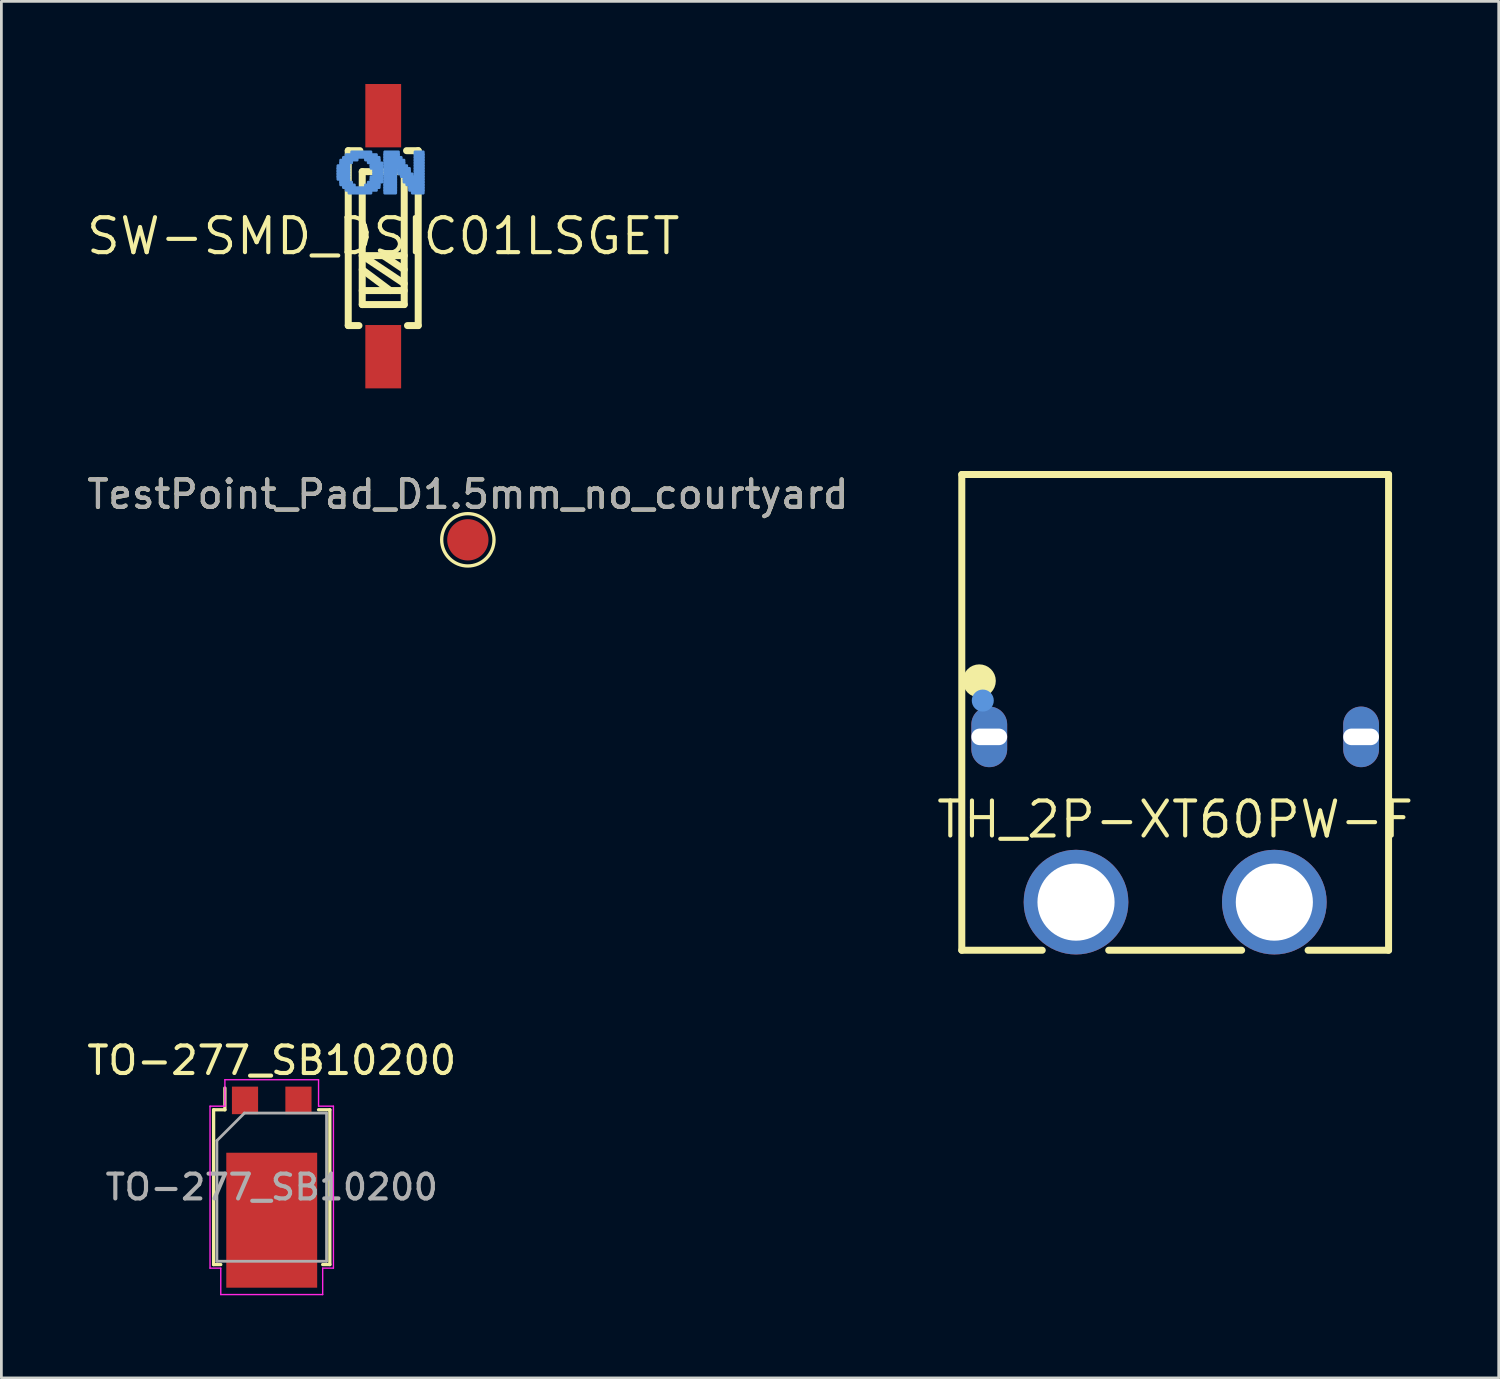
<source format=kicad_pcb>
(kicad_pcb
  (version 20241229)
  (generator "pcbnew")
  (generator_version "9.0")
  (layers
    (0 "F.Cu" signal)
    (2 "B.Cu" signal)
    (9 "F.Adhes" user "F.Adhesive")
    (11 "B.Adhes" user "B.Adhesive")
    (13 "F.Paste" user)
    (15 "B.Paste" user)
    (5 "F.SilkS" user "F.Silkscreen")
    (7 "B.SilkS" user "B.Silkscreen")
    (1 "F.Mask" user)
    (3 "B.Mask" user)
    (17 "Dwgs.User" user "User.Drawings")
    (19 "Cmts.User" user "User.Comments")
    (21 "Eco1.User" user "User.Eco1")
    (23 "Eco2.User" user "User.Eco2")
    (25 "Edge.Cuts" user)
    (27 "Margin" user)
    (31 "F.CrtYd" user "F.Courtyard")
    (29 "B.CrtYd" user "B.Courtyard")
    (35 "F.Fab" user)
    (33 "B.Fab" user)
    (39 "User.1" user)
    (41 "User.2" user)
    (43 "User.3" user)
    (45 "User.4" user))
  (footprint "TestPoint_Pad_D1.5mm_no_courtyard"
    (layer "F.Cu")
    (at 13.935 16.548)
    (property "Reference" "TestPoint_Pad_D1.5mm_no_courtyard" (at 0 -1.648 0) (layer "F.SilkS") (effects (font (size 1 1) (thickness 0.15))))
    (attr exclude_from_pos_files exclude_from_bom)
    (fp_circle (center 0 0) (end 0 0.95) (stroke (width 0.12) (type solid)) (fill no) (layer "F.SilkS"))
    (fp_text user "${REFERENCE}" (at 0 -1.65 0) (layer "F.Fab") (effects (font (size 1 1) (thickness 0.15))))
    (pad "1" smd circle (at 0 0) (size 1.5 1.5) (layers "F.Cu" "F.Mask")))
  (footprint "TO-277_SB10200"
    (layer "F.Cu")
    (at 6.815 40.05)
    (property "Reference" "TO-277_SB10200" (at 0 -4.6 180) (layer "F.SilkS") (effects (font (size 1 1) (thickness 0.15))))
    (attr smd)
    (fp_line (start -2.11 -2.81) (end -2.11 2.81) (stroke (width 0.12) (type solid)) (layer "F.SilkS"))
    (fp_line (start -1.85 2.81) (end -2.11 2.81) (stroke (width 0.12) (type solid)) (layer "F.SilkS"))
    (fp_line (start -1.7 -2.81) (end -2.11 -2.81) (stroke (width 0.12) (type solid)) (layer "F.SilkS"))
    (fp_line (start -1.7 -2.81) (end -1.7 -3.6) (stroke (width 0.12) (type solid)) (layer "F.SilkS"))
    (fp_line (start 2.11 -2.81) (end 1.7 -2.81) (stroke (width 0.12) (type solid)) (layer "F.SilkS"))
    (fp_line (start 2.11 2.81) (end 1.85 2.81) (stroke (width 0.12) (type solid)) (layer "F.SilkS"))
    (fp_line (start 2.11 2.81) (end 2.11 -2.81) (stroke (width 0.12) (type solid)) (layer "F.SilkS"))
    (fp_line (start -2.24 -2.94) (end -2.24 2.94) (stroke (width 0.05) (type solid)) (layer "F.CrtYd"))
    (fp_line (start -2.24 -2.94) (end -1.7 -2.94) (stroke (width 0.05) (type solid)) (layer "F.CrtYd"))
    (fp_line (start -2.24 2.94) (end -1.85 2.94) (stroke (width 0.05) (type solid)) (layer "F.CrtYd"))
    (fp_line (start -1.85 3.9) (end -1.85 2.94) (stroke (width 0.05) (type solid)) (layer "F.CrtYd"))
    (fp_line (start -1.7 -3.9) (end 1.7 -3.9) (stroke (width 0.05) (type solid)) (layer "F.CrtYd"))
    (fp_line (start -1.7 -2.94) (end -1.7 -3.9) (stroke (width 0.05) (type solid)) (layer "F.CrtYd"))
    (fp_line (start 1.7 -2.94) (end 1.7 -3.9) (stroke (width 0.05) (type solid)) (layer "F.CrtYd"))
    (fp_line (start 1.7 -2.94) (end 2.24 -2.94) (stroke (width 0.05) (type solid)) (layer "F.CrtYd"))
    (fp_line (start 1.85 2.94) (end 2.24 2.94) (stroke (width 0.05) (type solid)) (layer "F.CrtYd"))
    (fp_line (start 1.85 3.9) (end -1.85 3.9) (stroke (width 0.05) (type solid)) (layer "F.CrtYd"))
    (fp_line (start 1.85 3.9) (end 1.85 2.94) (stroke (width 0.05) (type solid)) (layer "F.CrtYd"))
    (fp_line (start 2.24 2.94) (end 2.24 -2.94) (stroke (width 0.05) (type solid)) (layer "F.CrtYd"))
    (fp_line (start -1.99 -1.69) (end -1.99 2.69) (stroke (width 0.1) (type solid)) (layer "F.Fab"))
    (fp_line (start -1.99 -1.69) (end -0.99 -2.69) (stroke (width 0.1) (type solid)) (layer "F.Fab"))
    (fp_line (start -1.99 2.69) (end 1.99 2.69) (stroke (width 0.1) (type solid)) (layer "F.Fab"))
    (fp_line (start 1.99 -2.69) (end -1 -2.69) (stroke (width 0.1) (type solid)) (layer "F.Fab"))
    (fp_line (start 1.99 2.69) (end 1.99 -2.69) (stroke (width 0.1) (type solid)) (layer "F.Fab"))
    (fp_text user "${REFERENCE}" (at 0 0 0) (layer "F.Fab") (effects (font (size 0.9 0.9) (thickness 0.15))))
    (pad "" smd rect (at -0.9 -0.6) (size 1.3 1.2) (layers "F.Paste"))
    (pad "" smd rect (at -0.9 1.2) (size 1.3 1.2) (layers "F.Paste"))
    (pad "" smd rect (at -0.9 3) (size 1.3 1.2) (layers "F.Paste"))
    (pad "" smd rect (at 0.9 -0.6) (size 1.3 1.2) (layers "F.Paste"))
    (pad "" smd rect (at 0.9 1.2) (size 1.3 1.2) (layers "F.Paste"))
    (pad "" smd rect (at 0.9 3) (size 1.3 1.2) (layers "F.Paste"))
    (pad "1" smd rect (at -0.97 -3.15) (size 0.95 1) (layers "F.Cu" "F.Mask" "F.Paste"))
    (pad "2" smd rect (at 0 1.2) (size 3.3 4.9) (layers "F.Cu" "F.Mask"))
    (pad "3" smd rect (at 0.97 -3.15) (size 0.95 1) (layers "F.Cu" "F.Mask" "F.Paste")))
  (footprint "SW-SMD_DSIC01LSGET"
    (layer "F.Cu")
    (at 10.863 5.525)
    (property "Reference" "SW-SMD_DSIC01LSGET" (at 0 0 0) (layer "F.SilkS") (effects (font (size 1.27 1.27) (thickness 0.15))))
    (attr smd)
    (fp_line (start -1.27 -3.105) (end -0.847 -3.105) (stroke (width 0.254) (type solid)) (layer "F.SilkS"))
    (fp_line (start -1.27 3.245) (end -1.27 -3.105) (stroke (width 0.254) (type solid)) (layer "F.SilkS"))
    (fp_line (start -1.27 3.245) (end -0.881 3.245) (stroke (width 0.254) (type solid)) (layer "F.SilkS"))
    (fp_line (start -0.762 -2.343) (end 0.762 -2.343) (stroke (width 0.254) (type solid)) (layer "F.SilkS"))
    (fp_line (start -0.762 0.705) (end 0.762 0.705) (stroke (width 0.254) (type solid)) (layer "F.SilkS"))
    (fp_line (start -0.762 1.213) (end 0.254 1.975) (stroke (width 0.254) (type solid)) (layer "F.SilkS"))
    (fp_line (start -0.762 1.975) (end 0.762 1.975) (stroke (width 0.254) (type solid)) (layer "F.SilkS"))
    (fp_line (start -0.762 2.483) (end -0.762 -2.343) (stroke (width 0.254) (type solid)) (layer "F.SilkS"))
    (fp_line (start 0 0.705) (end 0.762 1.213) (stroke (width 0.254) (type solid)) (layer "F.SilkS"))
    (fp_line (start 0.762 -2.343) (end 0.762 2.483) (stroke (width 0.254) (type solid)) (layer "F.SilkS"))
    (fp_line (start 0.762 1.721) (end -0.762 0.705) (stroke (width 0.254) (type solid)) (layer "F.SilkS"))
    (fp_line (start 0.762 2.483) (end -0.762 2.483) (stroke (width 0.254) (type solid)) (layer "F.SilkS"))
    (fp_line (start 0.847 -3.105) (end 1.27 -3.105) (stroke (width 0.254) (type solid)) (layer "F.SilkS"))
    (fp_line (start 0.881 3.245) (end 1.27 3.245) (stroke (width 0.254) (type solid)) (layer "F.SilkS"))
    (fp_line (start 1.27 -3.105) (end 1.27 3.245) (stroke (width 0.254) (type solid)) (layer "F.SilkS"))
    (fp_poly (pts (xy -1.646 -2.463) (xy -1.646 -2.563) (xy -1.246 -2.563) (xy -1.246 -2.463)) (stroke (width 0.1) (type solid)) (fill no) (layer "Cmts.User"))
    (fp_poly (pts (xy -1.646 -2.363) (xy -1.646 -2.463) (xy -1.246 -2.463) (xy -1.246 -2.363)) (stroke (width 0.1) (type solid)) (fill no) (layer "Cmts.User"))
    (fp_poly (pts (xy -1.646 -2.263) (xy -1.646 -2.363) (xy -1.246 -2.363) (xy -1.246 -2.263)) (stroke (width 0.1) (type solid)) (fill no) (layer "Cmts.User"))
    (fp_poly (pts (xy -1.646 -2.163) (xy -1.646 -2.263) (xy -1.246 -2.263) (xy -1.246 -2.163)) (stroke (width 0.1) (type solid)) (fill no) (layer "Cmts.User"))
    (fp_poly (pts (xy -1.646 -2.063) (xy -1.646 -2.163) (xy -1.246 -2.163) (xy -1.246 -2.063)) (stroke (width 0.1) (type solid)) (fill no) (layer "Cmts.User"))
    (fp_poly (pts (xy -1.546 -2.663) (xy -1.546 -2.763) (xy -1.146 -2.763) (xy -1.146 -2.663)) (stroke (width 0.1) (type solid)) (fill no) (layer "Cmts.User"))
    (fp_poly (pts (xy -1.546 -2.563) (xy -1.546 -2.663) (xy -1.246 -2.663) (xy -1.246 -2.563)) (stroke (width 0.1) (type solid)) (fill no) (layer "Cmts.User"))
    (fp_poly (pts (xy -1.546 -1.963) (xy -1.546 -2.063) (xy -1.246 -2.063) (xy -1.246 -1.963)) (stroke (width 0.1) (type solid)) (fill no) (layer "Cmts.User"))
    (fp_poly (pts (xy -1.546 -1.863) (xy -1.546 -1.963) (xy -1.146 -1.963) (xy -1.146 -1.863)) (stroke (width 0.1) (type solid)) (fill no) (layer "Cmts.User"))
    (fp_poly (pts (xy -1.446 -2.763) (xy -1.446 -2.863) (xy -0.946 -2.863) (xy -0.946 -2.763)) (stroke (width 0.1) (type solid)) (fill no) (layer "Cmts.User"))
    (fp_poly (pts (xy -1.446 -1.763) (xy -1.446 -1.863) (xy -1.046 -1.863) (xy -1.046 -1.763)) (stroke (width 0.1) (type solid)) (fill no) (layer "Cmts.User"))
    (fp_poly (pts (xy -1.346 -2.863) (xy -1.346 -2.963) (xy -0.246 -2.963) (xy -0.246 -2.863)) (stroke (width 0.1) (type solid)) (fill no) (layer "Cmts.User"))
    (fp_poly (pts (xy -1.346 -1.663) (xy -1.346 -1.763) (xy -0.246 -1.763) (xy -0.246 -1.663)) (stroke (width 0.1) (type solid)) (fill no) (layer "Cmts.User"))
    (fp_poly (pts (xy -1.246 -1.563) (xy -1.246 -1.663) (xy -0.446 -1.663) (xy -0.446 -1.563)) (stroke (width 0.1) (type solid)) (fill no) (layer "Cmts.User"))
    (fp_poly (pts (xy -1.146 -2.963) (xy -1.146 -3.063) (xy -0.446 -3.063) (xy -0.446 -2.963)) (stroke (width 0.1) (type solid)) (fill no) (layer "Cmts.User"))
    (fp_poly (pts (xy -0.646 -2.763) (xy -0.646 -2.863) (xy -0.146 -2.863) (xy -0.146 -2.763)) (stroke (width 0.1) (type solid)) (fill no) (layer "Cmts.User"))
    (fp_poly (pts (xy -0.646 -1.763) (xy -0.646 -1.863) (xy -0.146 -1.863) (xy -0.146 -1.763)) (stroke (width 0.1) (type solid)) (fill no) (layer "Cmts.User"))
    (fp_poly (pts (xy -0.546 -2.663) (xy -0.546 -2.763) (xy -0.146 -2.763) (xy -0.146 -2.663)) (stroke (width 0.1) (type solid)) (fill no) (layer "Cmts.User"))
    (fp_poly (pts (xy -0.546 -1.863) (xy -0.546 -1.963) (xy -0.146 -1.963) (xy -0.146 -1.863)) (stroke (width 0.1) (type solid)) (fill no) (layer "Cmts.User"))
    (fp_poly (pts (xy -0.446 -2.563) (xy -0.446 -2.663) (xy -0.046 -2.663) (xy -0.046 -2.563)) (stroke (width 0.1) (type solid)) (fill no) (layer "Cmts.User"))
    (fp_poly (pts (xy -0.446 -2.463) (xy -0.446 -2.563) (xy -0.046 -2.563) (xy -0.046 -2.463)) (stroke (width 0.1) (type solid)) (fill no) (layer "Cmts.User"))
    (fp_poly (pts (xy -0.446 -2.063) (xy -0.446 -2.163) (xy -0.046 -2.163) (xy -0.046 -2.063)) (stroke (width 0.1) (type solid)) (fill no) (layer "Cmts.User"))
    (fp_poly (pts (xy -0.446 -1.963) (xy -0.446 -2.063) (xy -0.046 -2.063) (xy -0.046 -1.963)) (stroke (width 0.1) (type solid)) (fill no) (layer "Cmts.User"))
    (fp_poly (pts (xy -0.346 -2.363) (xy -0.346 -2.463) (xy -0.046 -2.463) (xy -0.046 -2.363)) (stroke (width 0.1) (type solid)) (fill no) (layer "Cmts.User"))
    (fp_poly (pts (xy -0.346 -2.263) (xy -0.346 -2.363) (xy -0.046 -2.363) (xy -0.046 -2.263)) (stroke (width 0.1) (type solid)) (fill no) (layer "Cmts.User"))
    (fp_poly (pts (xy -0.346 -2.163) (xy -0.346 -2.263) (xy -0.046 -2.263) (xy -0.046 -2.163)) (stroke (width 0.1) (type solid)) (fill no) (layer "Cmts.User"))
    (fp_poly (pts (xy 0.054 -2.963) (xy 0.054 -3.063) (xy 0.554 -3.063) (xy 0.554 -2.963)) (stroke (width 0.1) (type solid)) (fill no) (layer "Cmts.User"))
    (fp_poly (pts (xy 0.054 -2.863) (xy 0.054 -2.963) (xy 0.554 -2.963) (xy 0.554 -2.863)) (stroke (width 0.1) (type solid)) (fill no) (layer "Cmts.User"))
    (fp_poly (pts (xy 0.054 -2.763) (xy 0.054 -2.863) (xy 0.654 -2.863) (xy 0.654 -2.763)) (stroke (width 0.1) (type solid)) (fill no) (layer "Cmts.User"))
    (fp_poly (pts (xy 0.054 -2.663) (xy 0.054 -2.763) (xy 0.754 -2.763) (xy 0.754 -2.663)) (stroke (width 0.1) (type solid)) (fill no) (layer "Cmts.User"))
    (fp_poly (pts (xy 0.054 -2.563) (xy 0.054 -2.663) (xy 0.754 -2.663) (xy 0.754 -2.563)) (stroke (width 0.1) (type solid)) (fill no) (layer "Cmts.User"))
    (fp_poly (pts (xy 0.054 -2.463) (xy 0.054 -2.563) (xy 0.854 -2.563) (xy 0.854 -2.463)) (stroke (width 0.1) (type solid)) (fill no) (layer "Cmts.User"))
    (fp_poly (pts (xy 0.054 -2.363) (xy 0.054 -2.463) (xy 0.454 -2.463) (xy 0.454 -2.363)) (stroke (width 0.1) (type solid)) (fill no) (layer "Cmts.User"))
    (fp_poly (pts (xy 0.054 -2.263) (xy 0.054 -2.363) (xy 0.454 -2.363) (xy 0.454 -2.263)) (stroke (width 0.1) (type solid)) (fill no) (layer "Cmts.User"))
    (fp_poly (pts (xy 0.054 -2.163) (xy 0.054 -2.263) (xy 0.454 -2.263) (xy 0.454 -2.163)) (stroke (width 0.1) (type solid)) (fill no) (layer "Cmts.User"))
    (fp_poly (pts (xy 0.054 -2.063) (xy 0.054 -2.163) (xy 0.454 -2.163) (xy 0.454 -2.063)) (stroke (width 0.1) (type solid)) (fill no) (layer "Cmts.User"))
    (fp_poly (pts (xy 0.054 -1.963) (xy 0.054 -2.063) (xy 0.454 -2.063) (xy 0.454 -1.963)) (stroke (width 0.1) (type solid)) (fill no) (layer "Cmts.User"))
    (fp_poly (pts (xy 0.054 -1.863) (xy 0.054 -1.963) (xy 0.454 -1.963) (xy 0.454 -1.863)) (stroke (width 0.1) (type solid)) (fill no) (layer "Cmts.User"))
    (fp_poly (pts (xy 0.054 -1.763) (xy 0.054 -1.863) (xy 0.454 -1.863) (xy 0.454 -1.763)) (stroke (width 0.1) (type solid)) (fill no) (layer "Cmts.User"))
    (fp_poly (pts (xy 0.054 -1.663) (xy 0.054 -1.763) (xy 0.454 -1.763) (xy 0.454 -1.663)) (stroke (width 0.1) (type solid)) (fill no) (layer "Cmts.User"))
    (fp_poly (pts (xy 0.054 -1.563) (xy 0.054 -1.663) (xy 0.454 -1.663) (xy 0.454 -1.563)) (stroke (width 0.1) (type solid)) (fill no) (layer "Cmts.User"))
    (fp_poly (pts (xy 0.554 -2.363) (xy 0.554 -2.463) (xy 0.954 -2.463) (xy 0.954 -2.363)) (stroke (width 0.1) (type solid)) (fill no) (layer "Cmts.User"))
    (fp_poly (pts (xy 0.554 -2.263) (xy 0.554 -2.363) (xy 0.954 -2.363) (xy 0.954 -2.263)) (stroke (width 0.1) (type solid)) (fill no) (layer "Cmts.User"))
    (fp_poly (pts (xy 0.654 -2.163) (xy 0.654 -2.263) (xy 1.054 -2.263) (xy 1.054 -2.163)) (stroke (width 0.1) (type solid)) (fill no) (layer "Cmts.User"))
    (fp_poly (pts (xy 0.754 -2.063) (xy 0.754 -2.163) (xy 1.454 -2.163) (xy 1.454 -2.063)) (stroke (width 0.1) (type solid)) (fill no) (layer "Cmts.User"))
    (fp_poly (pts (xy 0.754 -1.963) (xy 0.754 -2.063) (xy 1.454 -2.063) (xy 1.454 -1.963)) (stroke (width 0.1) (type solid)) (fill no) (layer "Cmts.User"))
    (fp_poly (pts (xy 0.854 -1.863) (xy 0.854 -1.963) (xy 1.454 -1.963) (xy 1.454 -1.863)) (stroke (width 0.1) (type solid)) (fill no) (layer "Cmts.User"))
    (fp_poly (pts (xy 0.954 -1.763) (xy 0.954 -1.863) (xy 1.454 -1.863) (xy 1.454 -1.763)) (stroke (width 0.1) (type solid)) (fill no) (layer "Cmts.User"))
    (fp_poly (pts (xy 0.954 -1.663) (xy 0.954 -1.763) (xy 1.454 -1.763) (xy 1.454 -1.663)) (stroke (width 0.1) (type solid)) (fill no) (layer "Cmts.User"))
    (fp_poly (pts (xy 1.054 -1.563) (xy 1.054 -1.663) (xy 1.454 -1.663) (xy 1.454 -1.563)) (stroke (width 0.1) (type solid)) (fill no) (layer "Cmts.User"))
    (fp_poly (pts (xy 1.154 -2.963) (xy 1.154 -3.063) (xy 1.454 -3.063) (xy 1.454 -2.963)) (stroke (width 0.1) (type solid)) (fill no) (layer "Cmts.User"))
    (fp_poly (pts (xy 1.154 -2.863) (xy 1.154 -2.963) (xy 1.454 -2.963) (xy 1.454 -2.863)) (stroke (width 0.1) (type solid)) (fill no) (layer "Cmts.User"))
    (fp_poly (pts (xy 1.154 -2.763) (xy 1.154 -2.863) (xy 1.454 -2.863) (xy 1.454 -2.763)) (stroke (width 0.1) (type solid)) (fill no) (layer "Cmts.User"))
    (fp_poly (pts (xy 1.154 -2.663) (xy 1.154 -2.763) (xy 1.454 -2.763) (xy 1.454 -2.663)) (stroke (width 0.1) (type solid)) (fill no) (layer "Cmts.User"))
    (fp_poly (pts (xy 1.154 -2.563) (xy 1.154 -2.663) (xy 1.454 -2.663) (xy 1.454 -2.563)) (stroke (width 0.1) (type solid)) (fill no) (layer "Cmts.User"))
    (fp_poly (pts (xy 1.154 -2.463) (xy 1.154 -2.563) (xy 1.454 -2.563) (xy 1.454 -2.463)) (stroke (width 0.1) (type solid)) (fill no) (layer "Cmts.User"))
    (fp_poly (pts (xy 1.154 -2.363) (xy 1.154 -2.463) (xy 1.454 -2.463) (xy 1.454 -2.363)) (stroke (width 0.1) (type solid)) (fill no) (layer "Cmts.User"))
    (fp_poly (pts (xy 1.154 -2.263) (xy 1.154 -2.363) (xy 1.454 -2.363) (xy 1.454 -2.263)) (stroke (width 0.1) (type solid)) (fill no) (layer "Cmts.User"))
    (fp_poly (pts (xy 1.154 -2.163) (xy 1.154 -2.263) (xy 1.454 -2.263) (xy 1.454 -2.163)) (stroke (width 0.1) (type solid)) (fill no) (layer "Cmts.User"))
    (fp_text user "" (at 0 0 0) (layer "Cmts.User") (effects (font (size 1 1) (thickness 0.15))))
    (pad "1" smd rect (at 0 -4.375) (size 1.3 2.3) (layers "F.Cu" "F.Mask" "F.Paste"))
    (pad "2" smd rect (at 0 4.375) (size 1.3 2.3) (layers "F.Cu" "F.Mask" "F.Paste")))
  (footprint "TH_2P-XT60PW-F"
    (layer "F.Cu")
    (at 39.615 26.702)
    (property "Reference" "TH_2P-XT60PW-F" (at 0 0 0) (layer "F.SilkS") (effects (font (size 1.27 1.27) (thickness 0.15))))
    (attr through_hole)
    (fp_line (start -7.747 -12.525) (end -7.747 4.747) (stroke (width 0.254) (type solid)) (layer "F.SilkS"))
    (fp_line (start -7.747 4.747) (end -4.826 4.747) (stroke (width 0.254) (type solid)) (layer "F.SilkS"))
    (fp_line (start -2.413 4.747) (end 2.413 4.747) (stroke (width 0.254) (type solid)) (layer "F.SilkS"))
    (fp_line (start 4.826 4.747) (end 7.747 4.747) (stroke (width 0.254) (type solid)) (layer "F.SilkS"))
    (fp_line (start 7.747 -12.525) (end -7.747 -12.525) (stroke (width 0.254) (type solid)) (layer "F.SilkS"))
    (fp_line (start 7.747 4.747) (end 7.747 -12.525) (stroke (width 0.254) (type solid)) (layer "F.SilkS"))
    (fp_circle (center -7.112 -5.032) (end -6.812 -5.032) (stroke (width 0.6) (type solid)) (fill no) (layer "F.SilkS"))
    (fp_circle (center -6.985 -4.318) (end -6.785 -4.318) (stroke (width 0.4) (type solid)) (fill no) (layer "Cmts.User"))
    (fp_text user "" (at 0 0 0) (layer "Cmts.User") (effects (font (size 1 1) (thickness 0.15))))
    (pad "1" thru_hole oval (at -6.75 -3 90) (size 2.2 1.3) (drill oval 0.6 1.5) (layers "*.Cu" "*.Paste" "*.Mask"))
    (pad "2" thru_hole oval (at 6.75 -3 90) (size 2.2 1.3) (drill oval 0.6 1.5) (layers "*.Cu" "*.Paste" "*.Mask"))
    (pad "3" thru_hole circle (at -3.6 3) (size 3.8 3.8) (drill 2.8) (layers "*.Cu" "*.Paste" "*.Mask"))
    (pad "4" thru_hole circle (at 3.6 3) (size 3.8 3.8) (drill 2.8) (layers "*.Cu" "*.Paste" "*.Mask")))
  (gr_rect
    (start -3 -3)
    (end 51.361 46.975)
    (stroke (width 0.1) (type default))
    (fill no)
    (layer "Edge.Cuts")))
</source>
